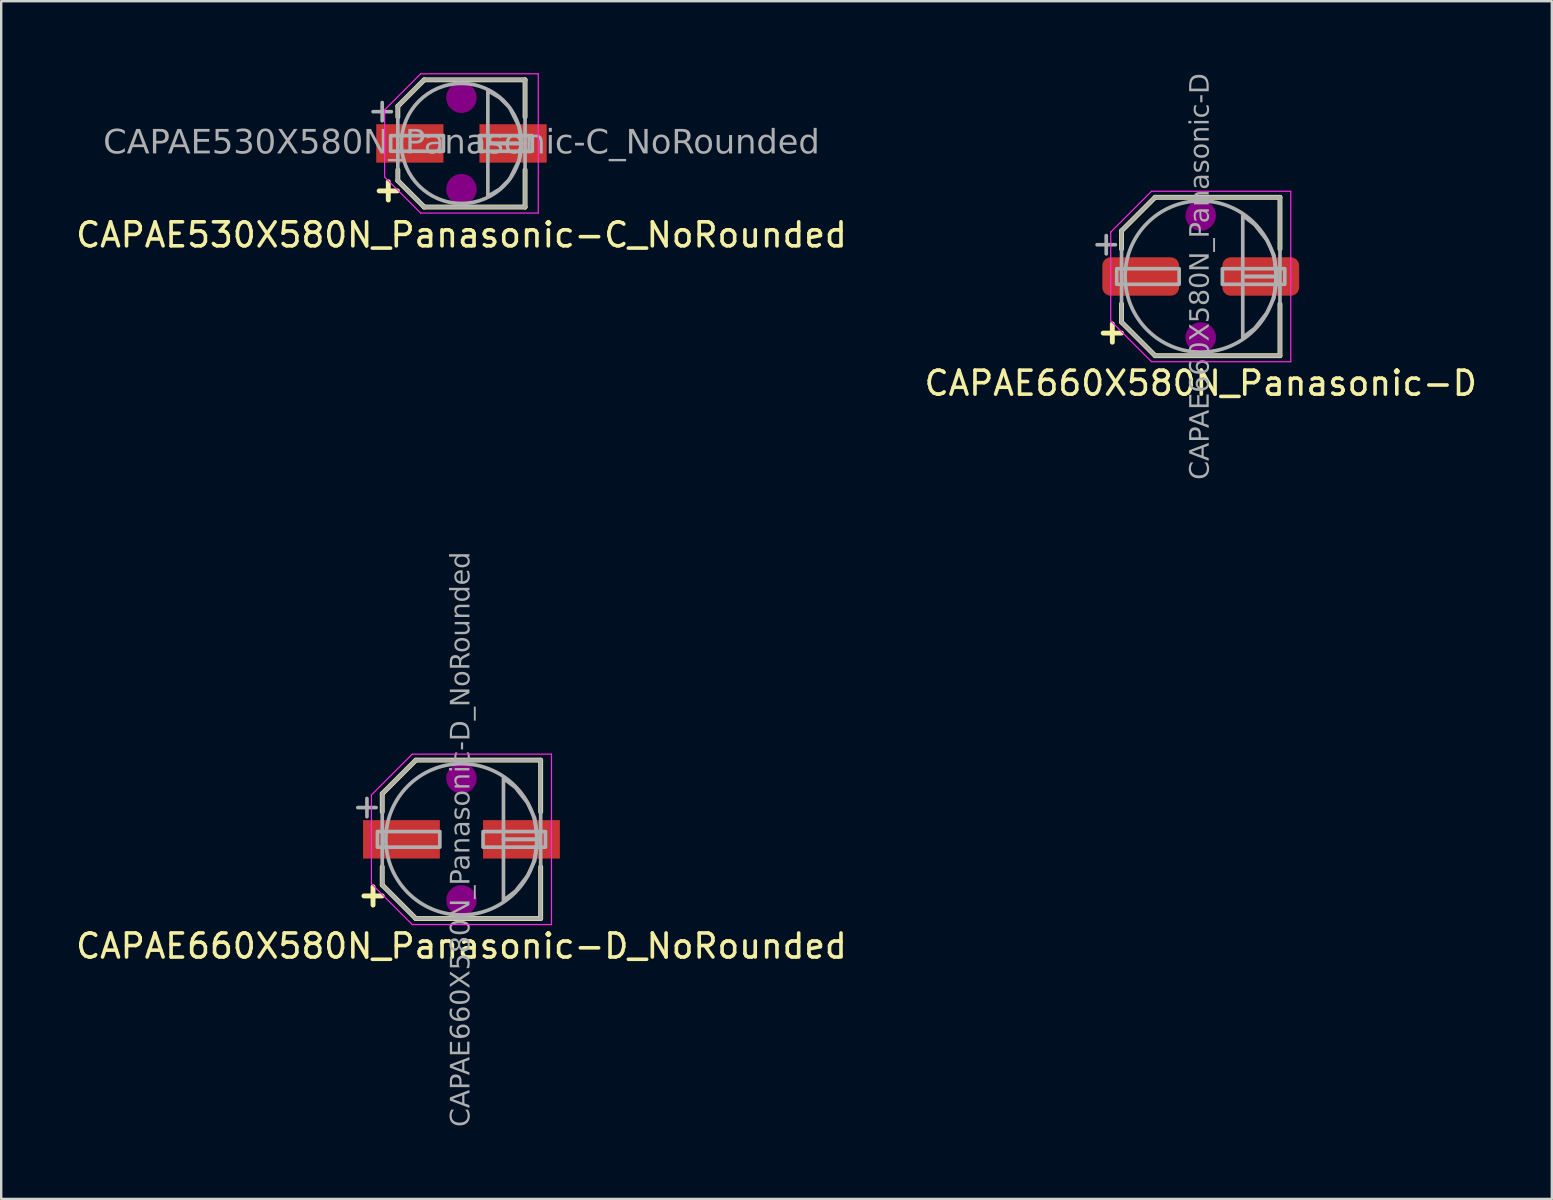
<source format=kicad_pcb>
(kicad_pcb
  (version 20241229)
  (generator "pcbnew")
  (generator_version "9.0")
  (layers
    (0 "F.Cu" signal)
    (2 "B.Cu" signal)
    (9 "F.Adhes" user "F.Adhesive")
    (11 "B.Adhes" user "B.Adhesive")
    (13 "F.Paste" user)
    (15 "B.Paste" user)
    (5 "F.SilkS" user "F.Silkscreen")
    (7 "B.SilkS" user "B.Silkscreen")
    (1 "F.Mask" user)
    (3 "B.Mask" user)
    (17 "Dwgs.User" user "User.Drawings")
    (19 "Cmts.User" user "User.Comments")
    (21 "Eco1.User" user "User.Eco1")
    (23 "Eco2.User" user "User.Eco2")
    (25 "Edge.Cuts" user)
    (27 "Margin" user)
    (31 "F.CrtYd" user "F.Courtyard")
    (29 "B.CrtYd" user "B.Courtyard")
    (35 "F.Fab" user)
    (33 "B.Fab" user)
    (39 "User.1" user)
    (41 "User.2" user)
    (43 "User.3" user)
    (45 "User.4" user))
  (footprint "CAPAE530X580N_Panasonic-C_NoRounded"
    (layer "F.Cu")
    (at 16.173 2.925)
    (property "Reference" "CAPAE530X580N_Panasonic-C_NoRounded" (at 0 3.81 0) (layer "F.SilkS") (effects (font (size 1 1) (thickness 0.15))))
    (attr smd)
    (fp_line (start -2.65 -1.55) (end -1.551 -2.65) (stroke (width 0.203) (type default)) (layer "F.SilkS"))
    (fp_line (start -2.65 -1.1) (end -2.65 -1.55) (stroke (width 0.203) (type default)) (layer "F.SilkS"))
    (fp_line (start -2.65 1.1) (end -2.65 1.55) (stroke (width 0.203) (type default)) (layer "F.SilkS"))
    (fp_line (start -2.65 1.55) (end -1.551 2.65) (stroke (width 0.203) (type default)) (layer "F.SilkS"))
    (fp_line (start -1.551 -2.65) (end 2.65 -2.65) (stroke (width 0.203) (type solid)) (layer "F.SilkS"))
    (fp_line (start -1.551 2.65) (end 2.65 2.65) (stroke (width 0.203) (type solid)) (layer "F.SilkS"))
    (fp_line (start 2.65 -1.1) (end 2.65 -2.65) (stroke (width 0.203) (type solid)) (layer "F.SilkS"))
    (fp_line (start 2.65 1.1) (end 2.65 2.65) (stroke (width 0.203) (type solid)) (layer "F.SilkS"))
    (fp_circle (center 0 -1.905) (end 0.635 -1.905) (stroke (width 0) (type solid)) (fill yes) (layer "F.Adhes"))
    (fp_circle (center 0 1.905) (end 0.635 1.905) (stroke (width 0) (type solid)) (fill yes) (layer "F.Adhes"))
    (fp_line (start -3.2 -1.4) (end -3.2 0) (stroke (width 0.05) (type solid)) (layer "F.CrtYd"))
    (fp_line (start -3.2 -1.4) (end -1.7 -2.9) (stroke (width 0.05) (type solid)) (layer "F.CrtYd"))
    (fp_line (start -3.2 1.4) (end -3.2 0) (stroke (width 0.05) (type solid)) (layer "F.CrtYd"))
    (fp_line (start -3.2 1.4) (end -1.7 2.9) (stroke (width 0.05) (type solid)) (layer "F.CrtYd"))
    (fp_line (start -1.7 -2.9) (end 3.2 -2.9) (stroke (width 0.05) (type solid)) (layer "F.CrtYd"))
    (fp_line (start -1.7 2.9) (end 3.2 2.9) (stroke (width 0.05) (type solid)) (layer "F.CrtYd"))
    (fp_line (start 3.2 -2.9) (end 3.2 0) (stroke (width 0.05) (type solid)) (layer "F.CrtYd"))
    (fp_line (start 3.2 2.9) (end 3.2 0) (stroke (width 0.05) (type solid)) (layer "F.CrtYd"))
    (fp_line (start -2.65 -1.55) (end -1.55 -2.65) (stroke (width 0.152) (type default)) (layer "F.Fab"))
    (fp_line (start -2.65 0) (end -2.65 -1.55) (stroke (width 0.152) (type solid)) (layer "F.Fab"))
    (fp_line (start -2.65 0) (end -2.65 1.55) (stroke (width 0.152) (type solid)) (layer "F.Fab"))
    (fp_line (start -2.65 1.55) (end -1.55 2.65) (stroke (width 0.152) (type default)) (layer "F.Fab"))
    (fp_line (start -1.55 -2.65) (end 2.65 -2.65) (stroke (width 0.152) (type solid)) (layer "F.Fab"))
    (fp_line (start -1.55 2.65) (end 2.65 2.65) (stroke (width 0.152) (type solid)) (layer "F.Fab"))
    (fp_line (start 2.65 0) (end 2.65 -2.65) (stroke (width 0.152) (type solid)) (layer "F.Fab"))
    (fp_line (start 2.65 0) (end 2.65 2.65) (stroke (width 0.152) (type solid)) (layer "F.Fab"))
    (fp_rect (start -2.95 0.325) (end -0.75 -0.325) (stroke (width 0.152) (type solid)) (fill no) (layer "F.Fab"))
    (fp_rect (start 2.95 0.325) (end 0.75 -0.325) (stroke (width 0.152) (type solid)) (fill no) (layer "F.Fab"))
    (fp_circle (center 0 0) (end 2.5 0) (stroke (width 0.152) (type default)) (fill no) (layer "F.Fab"))
    (fp_poly (pts (xy 1.1 -2.2) (xy 1.6 -1.9) (xy 2 -1.5) (xy 2.4 -0.7) (xy 2.5 0) (xy 1.1 0)) (stroke (width 0.152) (type solid)) (fill no) (layer "F.Fab"))
    (fp_poly (pts (xy 1.1 2.2) (xy 1.6 1.9) (xy 2 1.5) (xy 2.4 0.7) (xy 2.5 0) (xy 1.1 0)) (stroke (width 0.152) (type solid)) (fill no) (layer "F.Fab"))
    (fp_text user "+" (at -3.048 1.905 0) (unlocked yes) (layer "F.SilkS") (effects (font (size 1 1) (thickness 0.203) (bold yes))))
    (fp_text user "${REFERENCE}" (at 0 0 0) (layer "F.Fab") (effects (font (face "Tahoma") (size 1 1) (thickness 0.15))))
    (fp_text user "+" (at -3.302 -1.397 0) (unlocked yes) (layer "F.Fab") (effects (font (size 1 1) (thickness 0.152))))
    (pad "1" smd rect (at -2.15 0) (size 2.8 1.6) (layers "F.Cu" "F.Mask" "F.Paste"))
    (pad "2" smd rect (at 2.15 0) (size 2.8 1.6) (layers "F.Cu" "F.Mask" "F.Paste")))
  (footprint "CAPAE660X580N_Panasonic-D_NoRounded"
    (layer "F.Cu")
    (at 16.173 31.915)
    (property "Reference" "CAPAE660X580N_Panasonic-D_NoRounded" (at 0 4.445 0) (layer "F.SilkS") (effects (font (size 1 1) (thickness 0.15))))
    (attr smd)
    (fp_line (start -3.3 -1.9) (end -1.9 -3.3) (stroke (width 0.203) (type default)) (layer "F.SilkS"))
    (fp_line (start -3.3 -1.143) (end -3.3 -1.9) (stroke (width 0.203) (type default)) (layer "F.SilkS"))
    (fp_line (start -3.3 1.9) (end -3.3 1.143) (stroke (width 0.203) (type default)) (layer "F.SilkS"))
    (fp_line (start -3.3 1.9) (end -1.9 3.3) (stroke (width 0.203) (type default)) (layer "F.SilkS"))
    (fp_line (start -1.9 -3.3) (end 3.3 -3.3) (stroke (width 0.203) (type solid)) (layer "F.SilkS"))
    (fp_line (start -1.9 3.3) (end 3.3 3.3) (stroke (width 0.203) (type solid)) (layer "F.SilkS"))
    (fp_line (start 3.3 -1.143) (end 3.3 -3.3) (stroke (width 0.203) (type solid)) (layer "F.SilkS"))
    (fp_line (start 3.3 3.3) (end 3.3 1.143) (stroke (width 0.203) (type solid)) (layer "F.SilkS"))
    (fp_circle (center 0 -2.54) (end 0.635 -2.54) (stroke (width 0) (type solid)) (fill yes) (layer "F.Adhes"))
    (fp_circle (center 0 2.54) (end 0.635 2.54) (stroke (width 0) (type solid)) (fill yes) (layer "F.Adhes"))
    (fp_line (start -3.75 -1.85) (end -3.75 0) (stroke (width 0.05) (type solid)) (layer "F.CrtYd"))
    (fp_line (start -3.75 -1.85) (end -2.05 -3.55) (stroke (width 0.05) (type solid)) (layer "F.CrtYd"))
    (fp_line (start -3.75 1.85) (end -3.75 0) (stroke (width 0.05) (type solid)) (layer "F.CrtYd"))
    (fp_line (start -3.75 1.85) (end -2.05 3.55) (stroke (width 0.05) (type solid)) (layer "F.CrtYd"))
    (fp_line (start -2.05 -3.55) (end 3.75 -3.55) (stroke (width 0.05) (type solid)) (layer "F.CrtYd"))
    (fp_line (start -2.05 3.55) (end 3.75 3.55) (stroke (width 0.05) (type solid)) (layer "F.CrtYd"))
    (fp_line (start 3.75 -3.55) (end 3.75 0) (stroke (width 0.05) (type solid)) (layer "F.CrtYd"))
    (fp_line (start 3.75 3.55) (end 3.75 0) (stroke (width 0.05) (type solid)) (layer "F.CrtYd"))
    (fp_line (start -3.3 -1.9) (end -3.3 1.9) (stroke (width 0.152) (type solid)) (layer "F.Fab"))
    (fp_line (start -3.3 -1.9) (end -1.9 -3.3) (stroke (width 0.152) (type default)) (layer "F.Fab"))
    (fp_line (start -3.3 1.9) (end -1.9 3.3) (stroke (width 0.152) (type default)) (layer "F.Fab"))
    (fp_line (start -1.9 -3.3) (end 3.3 -3.3) (stroke (width 0.152) (type solid)) (layer "F.Fab"))
    (fp_line (start -1.9 3.3) (end 3.3 3.3) (stroke (width 0.152) (type solid)) (layer "F.Fab"))
    (fp_line (start 3.3 -3.3) (end 3.3 3.3) (stroke (width 0.152) (type solid)) (layer "F.Fab"))
    (fp_rect (start -3.5 0.325) (end -0.9 -0.325) (stroke (width 0.152) (type solid)) (fill no) (layer "F.Fab"))
    (fp_rect (start 3.5 0.325) (end 0.9 -0.325) (stroke (width 0.152) (type solid)) (fill no) (layer "F.Fab"))
    (fp_circle (center 0 0) (end 3.15 0) (stroke (width 0.152) (type default)) (fill no) (layer "F.Fab"))
    (fp_poly (pts (xy 1.75 -2.54) (xy 2.25 -2.159) (xy 2.75 -1.524) (xy 3.05 -0.889) (xy 3.15 0) (xy 1.75 0)) (stroke (width 0.152) (type solid)) (fill no) (layer "F.Fab"))
    (fp_poly (pts (xy 1.75 2.54) (xy 2.25 2.159) (xy 2.75 1.524) (xy 3.05 0.889) (xy 3.15 0) (xy 1.75 0)) (stroke (width 0.152) (type solid)) (fill no) (layer "F.Fab"))
    (fp_text user "+" (at -3.683 2.286 0) (unlocked yes) (layer "F.SilkS") (effects (font (size 1 1) (thickness 0.203) (bold yes))))
    (fp_text user "${REFERENCE}" (at 0 0 90) (layer "F.Fab") (effects (font (face "Tahoma") (size 0.8 0.8) (thickness 0.12))))
    (fp_text user "+" (at -3.937 -1.397 0) (unlocked yes) (layer "F.Fab") (effects (font (size 1 1) (thickness 0.152))))
    (pad "1" smd rect (at -2.5 0) (size 3.2 1.6) (layers "F.Cu" "F.Mask" "F.Paste"))
    (pad "2" smd rect (at 2.5 0) (size 3.2 1.6) (layers "F.Cu" "F.Mask" "F.Paste")))
  (footprint "CAPAE660X580N_Panasonic-D"
    (layer "F.Cu")
    (at 46.97 8.468)
    (property "Reference" "CAPAE660X580N_Panasonic-D" (at 0 4.445 0) (layer "F.SilkS") (effects (font (size 1 1) (thickness 0.15))))
    (attr smd)
    (fp_line (start -3.3 -1.9) (end -1.9 -3.3) (stroke (width 0.203) (type default)) (layer "F.SilkS"))
    (fp_line (start -3.3 -1.143) (end -3.3 -1.9) (stroke (width 0.203) (type default)) (layer "F.SilkS"))
    (fp_line (start -3.3 1.9) (end -3.3 1.143) (stroke (width 0.203) (type default)) (layer "F.SilkS"))
    (fp_line (start -3.3 1.9) (end -1.9 3.3) (stroke (width 0.203) (type default)) (layer "F.SilkS"))
    (fp_line (start -1.9 -3.3) (end 3.3 -3.3) (stroke (width 0.203) (type solid)) (layer "F.SilkS"))
    (fp_line (start -1.9 3.3) (end 3.3 3.3) (stroke (width 0.203) (type solid)) (layer "F.SilkS"))
    (fp_line (start 3.3 -1.143) (end 3.3 -3.3) (stroke (width 0.203) (type solid)) (layer "F.SilkS"))
    (fp_line (start 3.3 3.3) (end 3.3 1.143) (stroke (width 0.203) (type solid)) (layer "F.SilkS"))
    (fp_circle (center 0 -2.54) (end 0.635 -2.54) (stroke (width 0) (type solid)) (fill yes) (layer "F.Adhes"))
    (fp_circle (center 0 2.54) (end 0.635 2.54) (stroke (width 0) (type solid)) (fill yes) (layer "F.Adhes"))
    (fp_line (start -3.75 -1.85) (end -3.75 0) (stroke (width 0.05) (type solid)) (layer "F.CrtYd"))
    (fp_line (start -3.75 -1.85) (end -2.05 -3.55) (stroke (width 0.05) (type solid)) (layer "F.CrtYd"))
    (fp_line (start -3.75 1.85) (end -3.75 0) (stroke (width 0.05) (type solid)) (layer "F.CrtYd"))
    (fp_line (start -3.75 1.85) (end -2.05 3.55) (stroke (width 0.05) (type solid)) (layer "F.CrtYd"))
    (fp_line (start -2.05 -3.55) (end 3.75 -3.55) (stroke (width 0.05) (type solid)) (layer "F.CrtYd"))
    (fp_line (start -2.05 3.55) (end 3.75 3.55) (stroke (width 0.05) (type solid)) (layer "F.CrtYd"))
    (fp_line (start 3.75 -3.55) (end 3.75 0) (stroke (width 0.05) (type solid)) (layer "F.CrtYd"))
    (fp_line (start 3.75 3.55) (end 3.75 0) (stroke (width 0.05) (type solid)) (layer "F.CrtYd"))
    (fp_line (start -3.3 -1.9) (end -3.3 1.9) (stroke (width 0.152) (type solid)) (layer "F.Fab"))
    (fp_line (start -3.3 -1.9) (end -1.9 -3.3) (stroke (width 0.152) (type default)) (layer "F.Fab"))
    (fp_line (start -3.3 1.9) (end -1.9 3.3) (stroke (width 0.152) (type default)) (layer "F.Fab"))
    (fp_line (start -1.9 -3.3) (end 3.3 -3.3) (stroke (width 0.152) (type solid)) (layer "F.Fab"))
    (fp_line (start -1.9 3.3) (end 3.3 3.3) (stroke (width 0.152) (type solid)) (layer "F.Fab"))
    (fp_line (start 3.3 -3.3) (end 3.3 3.3) (stroke (width 0.152) (type solid)) (layer "F.Fab"))
    (fp_rect (start -3.5 0.325) (end -0.9 -0.325) (stroke (width 0.152) (type solid)) (fill no) (layer "F.Fab"))
    (fp_rect (start 3.5 0.325) (end 0.9 -0.325) (stroke (width 0.152) (type solid)) (fill no) (layer "F.Fab"))
    (fp_circle (center 0 0) (end 3.15 0) (stroke (width 0.152) (type default)) (fill no) (layer "F.Fab"))
    (fp_poly (pts (xy 1.75 -2.54) (xy 2.25 -2.159) (xy 2.75 -1.524) (xy 3.05 -0.889) (xy 3.15 0) (xy 1.75 0)) (stroke (width 0.152) (type solid)) (fill no) (layer "F.Fab"))
    (fp_poly (pts (xy 1.75 2.54) (xy 2.25 2.159) (xy 2.75 1.524) (xy 3.05 0.889) (xy 3.15 0) (xy 1.75 0)) (stroke (width 0.152) (type solid)) (fill no) (layer "F.Fab"))
    (fp_text user "+" (at -3.683 2.286 0) (unlocked yes) (layer "F.SilkS") (effects (font (size 1 1) (thickness 0.203) (bold yes))))
    (fp_text user "${REFERENCE}" (at 0 0 90) (layer "F.Fab") (effects (font (face "Tahoma") (size 0.8 0.8) (thickness 0.12))))
    (fp_text user "+" (at -3.937 -1.397 0) (unlocked yes) (layer "F.Fab") (effects (font (size 1 1) (thickness 0.152))))
    (pad "1" smd roundrect (at -2.5 0) (size 3.2 1.6) (layers "F.Cu" "F.Mask" "F.Paste") (roundrect_rratio 0.217))
    (pad "2" smd roundrect (at 2.5 0) (size 3.2 1.6) (layers "F.Cu" "F.Mask" "F.Paste") (roundrect_rratio 0.217)))
  (gr_rect
    (start -3 -3)
    (end 61.595 46.894)
    (stroke (width 0.1) (type default))
    (fill no)
    (layer "Edge.Cuts")))
</source>
